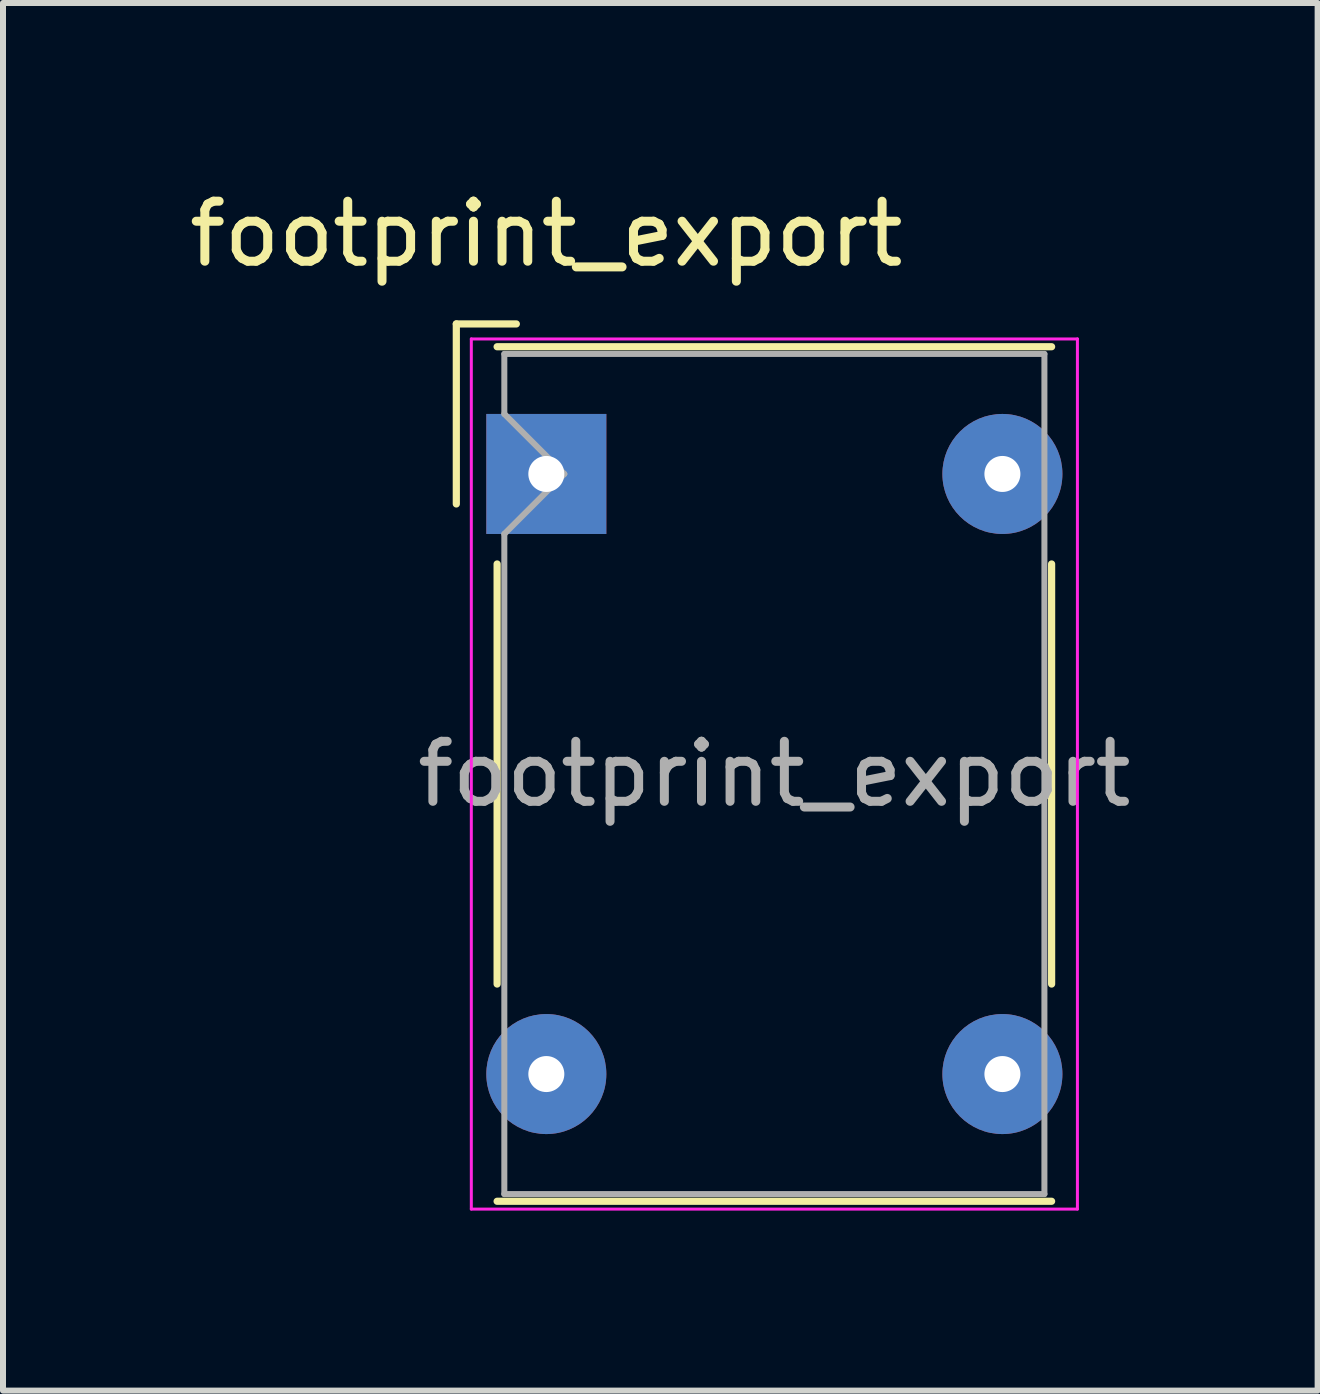
<source format=kicad_pcb>
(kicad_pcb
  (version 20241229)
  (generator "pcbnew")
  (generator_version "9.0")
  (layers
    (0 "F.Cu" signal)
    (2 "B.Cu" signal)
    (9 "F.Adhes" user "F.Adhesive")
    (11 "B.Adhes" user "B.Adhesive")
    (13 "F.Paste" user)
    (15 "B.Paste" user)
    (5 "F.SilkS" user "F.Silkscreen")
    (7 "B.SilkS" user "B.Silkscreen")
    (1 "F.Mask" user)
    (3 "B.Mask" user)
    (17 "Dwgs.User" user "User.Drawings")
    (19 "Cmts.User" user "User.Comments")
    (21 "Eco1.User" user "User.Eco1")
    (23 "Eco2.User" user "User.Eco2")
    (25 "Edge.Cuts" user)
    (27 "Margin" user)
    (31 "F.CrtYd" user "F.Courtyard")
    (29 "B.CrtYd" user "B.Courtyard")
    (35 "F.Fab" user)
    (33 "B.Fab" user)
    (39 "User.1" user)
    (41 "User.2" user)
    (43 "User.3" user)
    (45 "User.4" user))
  (footprint "footprint_export"
    (layer "F.Cu")
    (at 6.054 4.848)
    (property "Reference" "footprint_export" (at 0 -4 0) (layer "F.SilkS") (effects (font (size 1 1) (thickness 0.15))))
    (attr through_hole)
    (fp_line (start -1.5 -2.5) (end -1.5 0.5) (stroke (width 0.12) (type solid)) (layer "F.SilkS"))
    (fp_line (start -1.5 -2.5) (end -0.5 -2.5) (stroke (width 0.12) (type solid)) (layer "F.SilkS"))
    (fp_line (start -0.82 -2.12) (end 8.42 -2.12) (stroke (width 0.12) (type solid)) (layer "F.SilkS"))
    (fp_line (start -0.82 1.5) (end -0.82 8.5) (stroke (width 0.12) (type solid)) (layer "F.SilkS"))
    (fp_line (start 8.42 1.5) (end 8.42 8.5) (stroke (width 0.12) (type solid)) (layer "F.SilkS"))
    (fp_line (start 8.42 12.12) (end -0.82 12.12) (stroke (width 0.12) (type solid)) (layer "F.SilkS"))
    (fp_line (start -1.25 -2.25) (end -1.25 12.25) (stroke (width 0.05) (type solid)) (layer "F.CrtYd"))
    (fp_line (start -1.25 12.25) (end 8.85 12.25) (stroke (width 0.05) (type solid)) (layer "F.CrtYd"))
    (fp_line (start 8.85 -2.25) (end -1.25 -2.25) (stroke (width 0.05) (type solid)) (layer "F.CrtYd"))
    (fp_line (start 8.85 12.25) (end 8.85 -2.25) (stroke (width 0.05) (type solid)) (layer "F.CrtYd"))
    (fp_line (start -0.7 -2) (end 8.3 -2) (stroke (width 0.1) (type solid)) (layer "F.Fab"))
    (fp_line (start -0.7 -1) (end -0.7 -2) (stroke (width 0.1) (type solid)) (layer "F.Fab"))
    (fp_line (start -0.7 1) (end 0.3 0) (stroke (width 0.1) (type solid)) (layer "F.Fab"))
    (fp_line (start -0.7 12) (end -0.7 1) (stroke (width 0.1) (type solid)) (layer "F.Fab"))
    (fp_line (start 0.3 0) (end -0.7 -1) (stroke (width 0.1) (type solid)) (layer "F.Fab"))
    (fp_line (start 8.3 -2) (end 8.3 12) (stroke (width 0.1) (type solid)) (layer "F.Fab"))
    (fp_line (start 8.3 12) (end -0.7 12) (stroke (width 0.1) (type solid)) (layer "F.Fab"))
    (fp_text user "${REFERENCE}" (at 3.8 5 0) (layer "F.Fab") (effects (font (size 1 1) (thickness 0.15))))
    (pad "1" thru_hole rect (at 0 0) (size 2 2) (drill 0.6) (layers "*.Cu" "*.Mask"))
    (pad "2" thru_hole circle (at 7.6 0) (size 2 2) (drill 0.6) (layers "*.Cu" "*.Mask"))
    (pad "3" thru_hole circle (at 0 10) (size 2 2) (drill 0.6) (layers "*.Cu" "*.Mask"))
    (pad "4" thru_hole circle (at 7.6 10) (size 2 2) (drill 0.6) (layers "*.Cu" "*.Mask")))
  (gr_rect
    (start -3 -3)
    (end 18.907 20.123)
    (stroke (width 0.1) (type default))
    (fill no)
    (layer "Edge.Cuts")))
</source>
